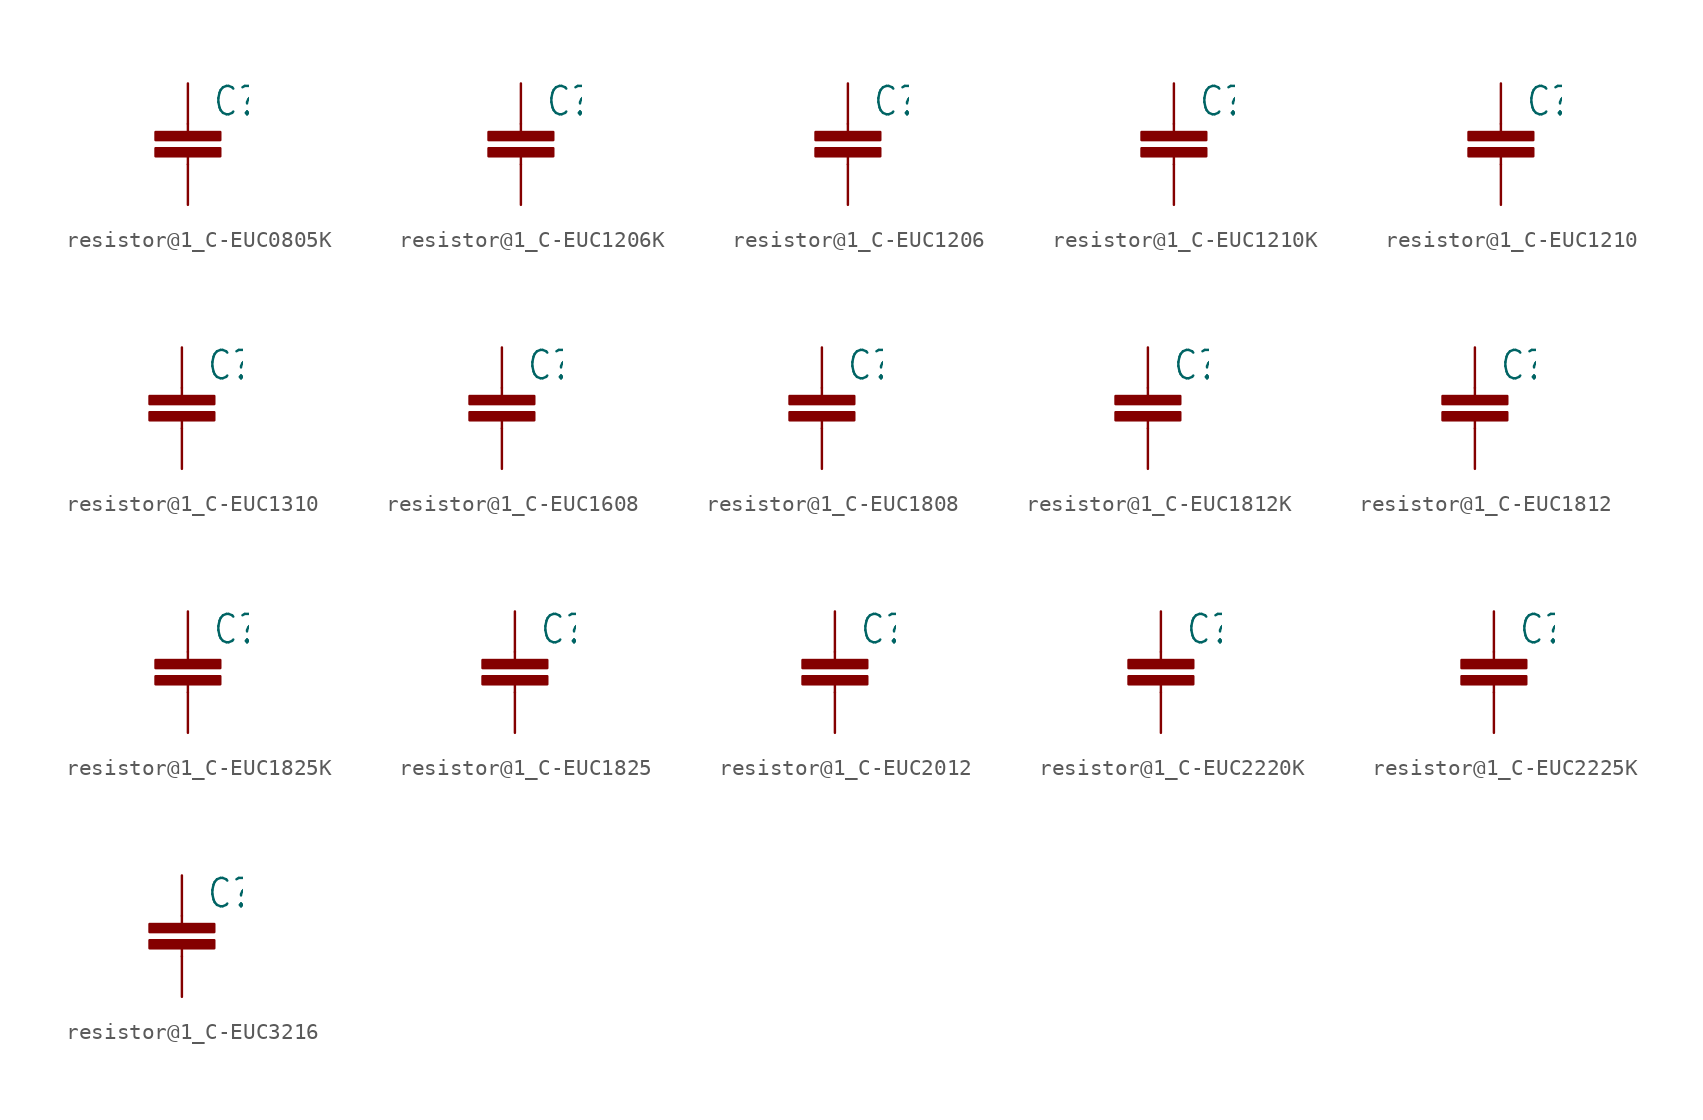
<source format=kicad_sym>
(kicad_symbol_lib
  (version 20231120)
  (generator "kicad_symbol_editor")
  (generator_version "8.0")
  (symbol "resistor@1_C-EUC0805K"
    (property "Reference" "C"
      (at 1.524 0.381 0)
      (effects (font (size 1.778 1.511)) (justify left bottom)))
    (property "Value" ""
      (at 1.524 -4.699 0)
      (effects (font (size 1.778 1.511)) (justify left bottom)))
    (property "ki_locked" ""
      (at 0 0 0)
      (effects (font (size 1.27 1.27))))
    (symbol "resistor@1_C-EUC0805K_1_0"
      (rectangle (start -2.032 -2.032) (end 2.032 -1.524) (stroke (width 0) (type default)) (fill (type outline)))
      (rectangle (start -2.032 -1.016) (end 2.032 -0.508) (stroke (width 0) (type default)) (fill (type outline)))
      (polyline (pts (xy 0 -2.54) (xy 0 -2.032)) (stroke (width 0.152) (type solid)) (fill (type none)))
      (polyline (pts (xy 0 0) (xy 0 -0.508)) (stroke (width 0.152) (type solid)) (fill (type none)))
      (pin passive line (at 0 2.54 270) (length 2.54) (name "1" (effects (font (size 0 0)))) (number "1" (effects (font (size 0 0)))))
      (pin passive line (at 0 -5.08 90) (length 2.54) (name "2" (effects (font (size 0 0)))) (number "2" (effects (font (size 0 0)))))))
  (symbol "resistor@1_C-EUC1206K"
    (property "Reference" "C"
      (at 1.524 0.381 0)
      (effects (font (size 1.778 1.511)) (justify left bottom)))
    (property "Value" ""
      (at 1.524 -4.699 0)
      (effects (font (size 1.778 1.511)) (justify left bottom)))
    (property "ki_locked" ""
      (at 0 0 0)
      (effects (font (size 1.27 1.27))))
    (symbol "resistor@1_C-EUC1206K_1_0"
      (rectangle (start -2.032 -2.032) (end 2.032 -1.524) (stroke (width 0) (type default)) (fill (type outline)))
      (rectangle (start -2.032 -1.016) (end 2.032 -0.508) (stroke (width 0) (type default)) (fill (type outline)))
      (polyline (pts (xy 0 -2.54) (xy 0 -2.032)) (stroke (width 0.152) (type solid)) (fill (type none)))
      (polyline (pts (xy 0 0) (xy 0 -0.508)) (stroke (width 0.152) (type solid)) (fill (type none)))
      (pin passive line (at 0 2.54 270) (length 2.54) (name "1" (effects (font (size 0 0)))) (number "1" (effects (font (size 0 0)))))
      (pin passive line (at 0 -5.08 90) (length 2.54) (name "2" (effects (font (size 0 0)))) (number "2" (effects (font (size 0 0)))))))
  (symbol "resistor@1_C-EUC1206"
    (property "Reference" "C"
      (at 1.524 0.381 0)
      (effects (font (size 1.778 1.511)) (justify left bottom)))
    (property "Value" ""
      (at 1.524 -4.699 0)
      (effects (font (size 1.778 1.511)) (justify left bottom)))
    (property "ki_locked" ""
      (at 0 0 0)
      (effects (font (size 1.27 1.27))))
    (symbol "resistor@1_C-EUC1206_1_0"
      (rectangle (start -2.032 -2.032) (end 2.032 -1.524) (stroke (width 0) (type default)) (fill (type outline)))
      (rectangle (start -2.032 -1.016) (end 2.032 -0.508) (stroke (width 0) (type default)) (fill (type outline)))
      (polyline (pts (xy 0 -2.54) (xy 0 -2.032)) (stroke (width 0.152) (type solid)) (fill (type none)))
      (polyline (pts (xy 0 0) (xy 0 -0.508)) (stroke (width 0.152) (type solid)) (fill (type none)))
      (pin passive line (at 0 2.54 270) (length 2.54) (name "1" (effects (font (size 0 0)))) (number "1" (effects (font (size 0 0)))))
      (pin passive line (at 0 -5.08 90) (length 2.54) (name "2" (effects (font (size 0 0)))) (number "2" (effects (font (size 0 0)))))))
  (symbol "resistor@1_C-EUC1210K"
    (property "Reference" "C"
      (at 1.524 0.381 0)
      (effects (font (size 1.778 1.511)) (justify left bottom)))
    (property "Value" ""
      (at 1.524 -4.699 0)
      (effects (font (size 1.778 1.511)) (justify left bottom)))
    (property "ki_locked" ""
      (at 0 0 0)
      (effects (font (size 1.27 1.27))))
    (symbol "resistor@1_C-EUC1210K_1_0"
      (rectangle (start -2.032 -2.032) (end 2.032 -1.524) (stroke (width 0) (type default)) (fill (type outline)))
      (rectangle (start -2.032 -1.016) (end 2.032 -0.508) (stroke (width 0) (type default)) (fill (type outline)))
      (polyline (pts (xy 0 -2.54) (xy 0 -2.032)) (stroke (width 0.152) (type solid)) (fill (type none)))
      (polyline (pts (xy 0 0) (xy 0 -0.508)) (stroke (width 0.152) (type solid)) (fill (type none)))
      (pin passive line (at 0 2.54 270) (length 2.54) (name "1" (effects (font (size 0 0)))) (number "1" (effects (font (size 0 0)))))
      (pin passive line (at 0 -5.08 90) (length 2.54) (name "2" (effects (font (size 0 0)))) (number "2" (effects (font (size 0 0)))))))
  (symbol "resistor@1_C-EUC1210"
    (property "Reference" "C"
      (at 1.524 0.381 0)
      (effects (font (size 1.778 1.511)) (justify left bottom)))
    (property "Value" ""
      (at 1.524 -4.699 0)
      (effects (font (size 1.778 1.511)) (justify left bottom)))
    (property "ki_locked" ""
      (at 0 0 0)
      (effects (font (size 1.27 1.27))))
    (symbol "resistor@1_C-EUC1210_1_0"
      (rectangle (start -2.032 -2.032) (end 2.032 -1.524) (stroke (width 0) (type default)) (fill (type outline)))
      (rectangle (start -2.032 -1.016) (end 2.032 -0.508) (stroke (width 0) (type default)) (fill (type outline)))
      (polyline (pts (xy 0 -2.54) (xy 0 -2.032)) (stroke (width 0.152) (type solid)) (fill (type none)))
      (polyline (pts (xy 0 0) (xy 0 -0.508)) (stroke (width 0.152) (type solid)) (fill (type none)))
      (pin passive line (at 0 2.54 270) (length 2.54) (name "1" (effects (font (size 0 0)))) (number "1" (effects (font (size 0 0)))))
      (pin passive line (at 0 -5.08 90) (length 2.54) (name "2" (effects (font (size 0 0)))) (number "2" (effects (font (size 0 0)))))))
  (symbol "resistor@1_C-EUC1310"
    (property "Reference" "C"
      (at 1.524 0.381 0)
      (effects (font (size 1.778 1.511)) (justify left bottom)))
    (property "Value" ""
      (at 1.524 -4.699 0)
      (effects (font (size 1.778 1.511)) (justify left bottom)))
    (property "ki_locked" ""
      (at 0 0 0)
      (effects (font (size 1.27 1.27))))
    (symbol "resistor@1_C-EUC1310_1_0"
      (rectangle (start -2.032 -2.032) (end 2.032 -1.524) (stroke (width 0) (type default)) (fill (type outline)))
      (rectangle (start -2.032 -1.016) (end 2.032 -0.508) (stroke (width 0) (type default)) (fill (type outline)))
      (polyline (pts (xy 0 -2.54) (xy 0 -2.032)) (stroke (width 0.152) (type solid)) (fill (type none)))
      (polyline (pts (xy 0 0) (xy 0 -0.508)) (stroke (width 0.152) (type solid)) (fill (type none)))
      (pin passive line (at 0 2.54 270) (length 2.54) (name "1" (effects (font (size 0 0)))) (number "1" (effects (font (size 0 0)))))
      (pin passive line (at 0 -5.08 90) (length 2.54) (name "2" (effects (font (size 0 0)))) (number "2" (effects (font (size 0 0)))))))
  (symbol "resistor@1_C-EUC1608"
    (property "Reference" "C"
      (at 1.524 0.381 0)
      (effects (font (size 1.778 1.511)) (justify left bottom)))
    (property "Value" ""
      (at 1.524 -4.699 0)
      (effects (font (size 1.778 1.511)) (justify left bottom)))
    (property "ki_locked" ""
      (at 0 0 0)
      (effects (font (size 1.27 1.27))))
    (symbol "resistor@1_C-EUC1608_1_0"
      (rectangle (start -2.032 -2.032) (end 2.032 -1.524) (stroke (width 0) (type default)) (fill (type outline)))
      (rectangle (start -2.032 -1.016) (end 2.032 -0.508) (stroke (width 0) (type default)) (fill (type outline)))
      (polyline (pts (xy 0 -2.54) (xy 0 -2.032)) (stroke (width 0.152) (type solid)) (fill (type none)))
      (polyline (pts (xy 0 0) (xy 0 -0.508)) (stroke (width 0.152) (type solid)) (fill (type none)))
      (pin passive line (at 0 2.54 270) (length 2.54) (name "1" (effects (font (size 0 0)))) (number "1" (effects (font (size 0 0)))))
      (pin passive line (at 0 -5.08 90) (length 2.54) (name "2" (effects (font (size 0 0)))) (number "2" (effects (font (size 0 0)))))))
  (symbol "resistor@1_C-EUC1808"
    (property "Reference" "C"
      (at 1.524 0.381 0)
      (effects (font (size 1.778 1.511)) (justify left bottom)))
    (property "Value" ""
      (at 1.524 -4.699 0)
      (effects (font (size 1.778 1.511)) (justify left bottom)))
    (property "ki_locked" ""
      (at 0 0 0)
      (effects (font (size 1.27 1.27))))
    (symbol "resistor@1_C-EUC1808_1_0"
      (rectangle (start -2.032 -2.032) (end 2.032 -1.524) (stroke (width 0) (type default)) (fill (type outline)))
      (rectangle (start -2.032 -1.016) (end 2.032 -0.508) (stroke (width 0) (type default)) (fill (type outline)))
      (polyline (pts (xy 0 -2.54) (xy 0 -2.032)) (stroke (width 0.152) (type solid)) (fill (type none)))
      (polyline (pts (xy 0 0) (xy 0 -0.508)) (stroke (width 0.152) (type solid)) (fill (type none)))
      (pin passive line (at 0 2.54 270) (length 2.54) (name "1" (effects (font (size 0 0)))) (number "1" (effects (font (size 0 0)))))
      (pin passive line (at 0 -5.08 90) (length 2.54) (name "2" (effects (font (size 0 0)))) (number "2" (effects (font (size 0 0)))))))
  (symbol "resistor@1_C-EUC1812K"
    (property "Reference" "C"
      (at 1.524 0.381 0)
      (effects (font (size 1.778 1.511)) (justify left bottom)))
    (property "Value" ""
      (at 1.524 -4.699 0)
      (effects (font (size 1.778 1.511)) (justify left bottom)))
    (property "ki_locked" ""
      (at 0 0 0)
      (effects (font (size 1.27 1.27))))
    (symbol "resistor@1_C-EUC1812K_1_0"
      (rectangle (start -2.032 -2.032) (end 2.032 -1.524) (stroke (width 0) (type default)) (fill (type outline)))
      (rectangle (start -2.032 -1.016) (end 2.032 -0.508) (stroke (width 0) (type default)) (fill (type outline)))
      (polyline (pts (xy 0 -2.54) (xy 0 -2.032)) (stroke (width 0.152) (type solid)) (fill (type none)))
      (polyline (pts (xy 0 0) (xy 0 -0.508)) (stroke (width 0.152) (type solid)) (fill (type none)))
      (pin passive line (at 0 2.54 270) (length 2.54) (name "1" (effects (font (size 0 0)))) (number "1" (effects (font (size 0 0)))))
      (pin passive line (at 0 -5.08 90) (length 2.54) (name "2" (effects (font (size 0 0)))) (number "2" (effects (font (size 0 0)))))))
  (symbol "resistor@1_C-EUC1812"
    (property "Reference" "C"
      (at 1.524 0.381 0)
      (effects (font (size 1.778 1.511)) (justify left bottom)))
    (property "Value" ""
      (at 1.524 -4.699 0)
      (effects (font (size 1.778 1.511)) (justify left bottom)))
    (property "ki_locked" ""
      (at 0 0 0)
      (effects (font (size 1.27 1.27))))
    (symbol "resistor@1_C-EUC1812_1_0"
      (rectangle (start -2.032 -2.032) (end 2.032 -1.524) (stroke (width 0) (type default)) (fill (type outline)))
      (rectangle (start -2.032 -1.016) (end 2.032 -0.508) (stroke (width 0) (type default)) (fill (type outline)))
      (polyline (pts (xy 0 -2.54) (xy 0 -2.032)) (stroke (width 0.152) (type solid)) (fill (type none)))
      (polyline (pts (xy 0 0) (xy 0 -0.508)) (stroke (width 0.152) (type solid)) (fill (type none)))
      (pin passive line (at 0 2.54 270) (length 2.54) (name "1" (effects (font (size 0 0)))) (number "1" (effects (font (size 0 0)))))
      (pin passive line (at 0 -5.08 90) (length 2.54) (name "2" (effects (font (size 0 0)))) (number "2" (effects (font (size 0 0)))))))
  (symbol "resistor@1_C-EUC1825K"
    (property "Reference" "C"
      (at 1.524 0.381 0)
      (effects (font (size 1.778 1.511)) (justify left bottom)))
    (property "Value" ""
      (at 1.524 -4.699 0)
      (effects (font (size 1.778 1.511)) (justify left bottom)))
    (property "ki_locked" ""
      (at 0 0 0)
      (effects (font (size 1.27 1.27))))
    (symbol "resistor@1_C-EUC1825K_1_0"
      (rectangle (start -2.032 -2.032) (end 2.032 -1.524) (stroke (width 0) (type default)) (fill (type outline)))
      (rectangle (start -2.032 -1.016) (end 2.032 -0.508) (stroke (width 0) (type default)) (fill (type outline)))
      (polyline (pts (xy 0 -2.54) (xy 0 -2.032)) (stroke (width 0.152) (type solid)) (fill (type none)))
      (polyline (pts (xy 0 0) (xy 0 -0.508)) (stroke (width 0.152) (type solid)) (fill (type none)))
      (pin passive line (at 0 2.54 270) (length 2.54) (name "1" (effects (font (size 0 0)))) (number "1" (effects (font (size 0 0)))))
      (pin passive line (at 0 -5.08 90) (length 2.54) (name "2" (effects (font (size 0 0)))) (number "2" (effects (font (size 0 0)))))))
  (symbol "resistor@1_C-EUC1825"
    (property "Reference" "C"
      (at 1.524 0.381 0)
      (effects (font (size 1.778 1.511)) (justify left bottom)))
    (property "Value" ""
      (at 1.524 -4.699 0)
      (effects (font (size 1.778 1.511)) (justify left bottom)))
    (property "ki_locked" ""
      (at 0 0 0)
      (effects (font (size 1.27 1.27))))
    (symbol "resistor@1_C-EUC1825_1_0"
      (rectangle (start -2.032 -2.032) (end 2.032 -1.524) (stroke (width 0) (type default)) (fill (type outline)))
      (rectangle (start -2.032 -1.016) (end 2.032 -0.508) (stroke (width 0) (type default)) (fill (type outline)))
      (polyline (pts (xy 0 -2.54) (xy 0 -2.032)) (stroke (width 0.152) (type solid)) (fill (type none)))
      (polyline (pts (xy 0 0) (xy 0 -0.508)) (stroke (width 0.152) (type solid)) (fill (type none)))
      (pin passive line (at 0 2.54 270) (length 2.54) (name "1" (effects (font (size 0 0)))) (number "1" (effects (font (size 0 0)))))
      (pin passive line (at 0 -5.08 90) (length 2.54) (name "2" (effects (font (size 0 0)))) (number "2" (effects (font (size 0 0)))))))
  (symbol "resistor@1_C-EUC2012"
    (property "Reference" "C"
      (at 1.524 0.381 0)
      (effects (font (size 1.778 1.511)) (justify left bottom)))
    (property "Value" ""
      (at 1.524 -4.699 0)
      (effects (font (size 1.778 1.511)) (justify left bottom)))
    (property "ki_locked" ""
      (at 0 0 0)
      (effects (font (size 1.27 1.27))))
    (symbol "resistor@1_C-EUC2012_1_0"
      (rectangle (start -2.032 -2.032) (end 2.032 -1.524) (stroke (width 0) (type default)) (fill (type outline)))
      (rectangle (start -2.032 -1.016) (end 2.032 -0.508) (stroke (width 0) (type default)) (fill (type outline)))
      (polyline (pts (xy 0 -2.54) (xy 0 -2.032)) (stroke (width 0.152) (type solid)) (fill (type none)))
      (polyline (pts (xy 0 0) (xy 0 -0.508)) (stroke (width 0.152) (type solid)) (fill (type none)))
      (pin passive line (at 0 2.54 270) (length 2.54) (name "1" (effects (font (size 0 0)))) (number "1" (effects (font (size 0 0)))))
      (pin passive line (at 0 -5.08 90) (length 2.54) (name "2" (effects (font (size 0 0)))) (number "2" (effects (font (size 0 0)))))))
  (symbol "resistor@1_C-EUC2220K"
    (property "Reference" "C"
      (at 1.524 0.381 0)
      (effects (font (size 1.778 1.511)) (justify left bottom)))
    (property "Value" ""
      (at 1.524 -4.699 0)
      (effects (font (size 1.778 1.511)) (justify left bottom)))
    (property "ki_locked" ""
      (at 0 0 0)
      (effects (font (size 1.27 1.27))))
    (symbol "resistor@1_C-EUC2220K_1_0"
      (rectangle (start -2.032 -2.032) (end 2.032 -1.524) (stroke (width 0) (type default)) (fill (type outline)))
      (rectangle (start -2.032 -1.016) (end 2.032 -0.508) (stroke (width 0) (type default)) (fill (type outline)))
      (polyline (pts (xy 0 -2.54) (xy 0 -2.032)) (stroke (width 0.152) (type solid)) (fill (type none)))
      (polyline (pts (xy 0 0) (xy 0 -0.508)) (stroke (width 0.152) (type solid)) (fill (type none)))
      (pin passive line (at 0 2.54 270) (length 2.54) (name "1" (effects (font (size 0 0)))) (number "1" (effects (font (size 0 0)))))
      (pin passive line (at 0 -5.08 90) (length 2.54) (name "2" (effects (font (size 0 0)))) (number "2" (effects (font (size 0 0)))))))
  (symbol "resistor@1_C-EUC2225K"
    (property "Reference" "C"
      (at 1.524 0.381 0)
      (effects (font (size 1.778 1.511)) (justify left bottom)))
    (property "Value" ""
      (at 1.524 -4.699 0)
      (effects (font (size 1.778 1.511)) (justify left bottom)))
    (property "ki_locked" ""
      (at 0 0 0)
      (effects (font (size 1.27 1.27))))
    (symbol "resistor@1_C-EUC2225K_1_0"
      (rectangle (start -2.032 -2.032) (end 2.032 -1.524) (stroke (width 0) (type default)) (fill (type outline)))
      (rectangle (start -2.032 -1.016) (end 2.032 -0.508) (stroke (width 0) (type default)) (fill (type outline)))
      (polyline (pts (xy 0 -2.54) (xy 0 -2.032)) (stroke (width 0.152) (type solid)) (fill (type none)))
      (polyline (pts (xy 0 0) (xy 0 -0.508)) (stroke (width 0.152) (type solid)) (fill (type none)))
      (pin passive line (at 0 2.54 270) (length 2.54) (name "1" (effects (font (size 0 0)))) (number "1" (effects (font (size 0 0)))))
      (pin passive line (at 0 -5.08 90) (length 2.54) (name "2" (effects (font (size 0 0)))) (number "2" (effects (font (size 0 0)))))))
  (symbol "resistor@1_C-EUC3216"
    (property "Reference" "C"
      (at 1.524 0.381 0)
      (effects (font (size 1.778 1.511)) (justify left bottom)))
    (property "Value" ""
      (at 1.524 -4.699 0)
      (effects (font (size 1.778 1.511)) (justify left bottom)))
    (property "ki_locked" ""
      (at 0 0 0)
      (effects (font (size 1.27 1.27))))
    (symbol "resistor@1_C-EUC3216_1_0"
      (rectangle (start -2.032 -2.032) (end 2.032 -1.524) (stroke (width 0) (type default)) (fill (type outline)))
      (rectangle (start -2.032 -1.016) (end 2.032 -0.508) (stroke (width 0) (type default)) (fill (type outline)))
      (polyline (pts (xy 0 -2.54) (xy 0 -2.032)) (stroke (width 0.152) (type solid)) (fill (type none)))
      (polyline (pts (xy 0 0) (xy 0 -0.508)) (stroke (width 0.152) (type solid)) (fill (type none)))
      (pin passive line (at 0 2.54 270) (length 2.54) (name "1" (effects (font (size 0 0)))) (number "1" (effects (font (size 0 0)))))
      (pin passive line (at 0 -5.08 90) (length 2.54) (name "2" (effects (font (size 0 0)))) (number "2" (effects (font (size 0 0))))))))
</source>
